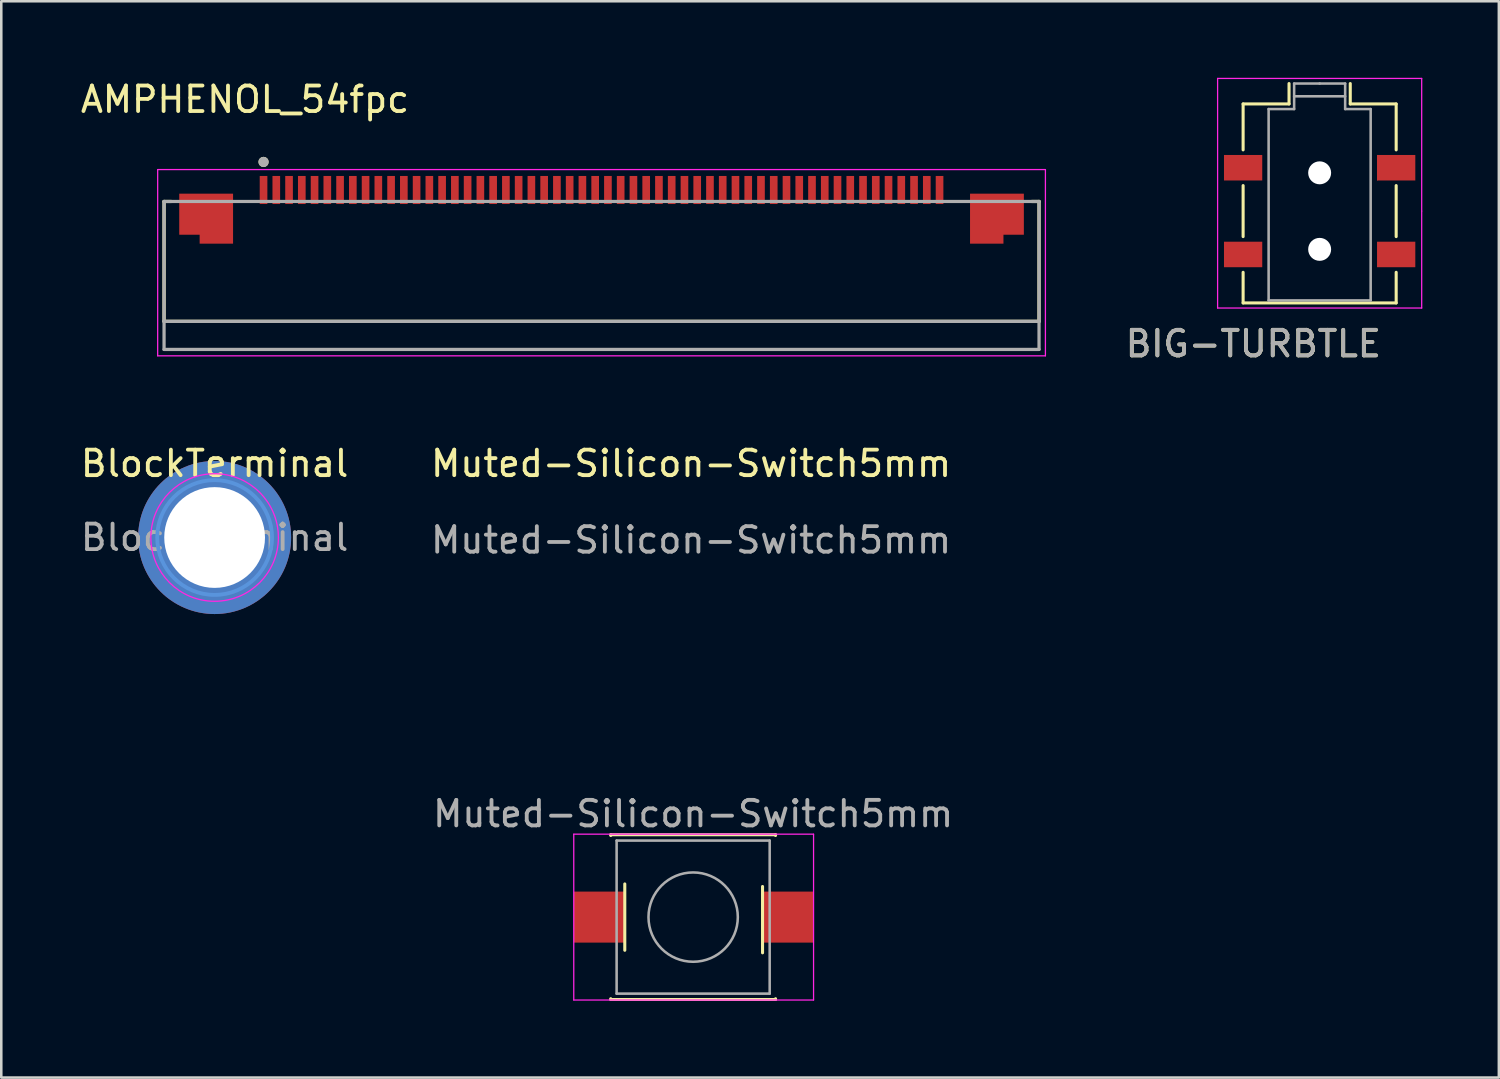
<source format=kicad_pcb>
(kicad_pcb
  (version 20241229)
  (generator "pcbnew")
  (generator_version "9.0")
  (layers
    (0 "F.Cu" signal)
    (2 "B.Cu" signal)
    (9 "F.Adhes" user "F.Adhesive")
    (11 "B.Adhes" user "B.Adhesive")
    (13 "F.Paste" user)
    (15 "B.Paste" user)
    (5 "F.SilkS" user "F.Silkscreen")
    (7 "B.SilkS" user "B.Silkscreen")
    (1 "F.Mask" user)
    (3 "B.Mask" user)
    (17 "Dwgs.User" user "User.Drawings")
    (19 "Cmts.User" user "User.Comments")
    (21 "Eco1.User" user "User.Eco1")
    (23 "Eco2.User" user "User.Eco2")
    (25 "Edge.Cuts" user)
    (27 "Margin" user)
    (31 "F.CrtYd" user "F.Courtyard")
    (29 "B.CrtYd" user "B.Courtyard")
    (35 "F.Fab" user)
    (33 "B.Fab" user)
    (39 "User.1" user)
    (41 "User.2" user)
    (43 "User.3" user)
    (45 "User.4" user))
  (footprint "Muted-Silicon-Switch5mm"
    (layer "F.Cu")
    (at 24.042 32.901)
    (property "Reference" "Muted-Silicon-Switch5mm" (at 0 -17.78 0) (unlocked yes) (layer "F.SilkS") (effects (font (size 1 1) (thickness 0.15))))
    (attr smd)
    (fp_line (start -3.15 -3.23) (end 3.31 -3.23) (stroke (width 0.12) (type solid)) (layer "F.SilkS"))
    (fp_line (start -3.15 -3.2) (end -3.15 -3.23) (stroke (width 0.12) (type solid)) (layer "F.SilkS"))
    (fp_line (start -3.15 3.23) (end -3.15 3.2) (stroke (width 0.12) (type solid)) (layer "F.SilkS"))
    (fp_line (start -3.15 3.23) (end 3.31 3.23) (stroke (width 0.12) (type solid)) (layer "F.SilkS"))
    (fp_line (start -2.6 -1.3) (end -2.6 1.3) (stroke (width 0.12) (type solid)) (layer "F.SilkS"))
    (fp_line (start 2.8 -1.2) (end 2.8 1.4) (stroke (width 0.12) (type solid)) (layer "F.SilkS"))
    (fp_line (start 3.31 -3.23) (end 3.31 -3.2) (stroke (width 0.12) (type solid)) (layer "F.SilkS"))
    (fp_line (start 3.31 3.23) (end 3.31 3.2) (stroke (width 0.12) (type solid)) (layer "F.SilkS"))
    (fp_line (start -4.6 -3.25) (end -4.6 3.25) (stroke (width 0.05) (type solid)) (layer "F.CrtYd"))
    (fp_line (start -4.6 -3.25) (end 4.8 -3.25) (stroke (width 0.05) (type solid)) (layer "F.CrtYd"))
    (fp_line (start -4.6 3.25) (end 4.8 3.25) (stroke (width 0.05) (type solid)) (layer "F.CrtYd"))
    (fp_line (start 4.8 3.25) (end 4.8 -3.25) (stroke (width 0.05) (type solid)) (layer "F.CrtYd"))
    (fp_line (start -2.92 -3) (end -2.92 3) (stroke (width 0.1) (type solid)) (layer "F.Fab"))
    (fp_line (start -2.92 3) (end 3.08 3) (stroke (width 0.1) (type solid)) (layer "F.Fab"))
    (fp_line (start 3.08 -3) (end -2.92 -3) (stroke (width 0.1) (type solid)) (layer "F.Fab"))
    (fp_line (start 3.08 3) (end 3.08 -3) (stroke (width 0.1) (type solid)) (layer "F.Fab"))
    (fp_circle (center 0.08 0) (end 1.83 -0.05) (stroke (width 0.1) (type solid)) (fill no) (layer "F.Fab"))
    (fp_text user "${REFERENCE}" (at 0.08 -4.05 0) (layer "F.Fab") (effects (font (size 1 1) (thickness 0.15))))
    (fp_text user "${REFERENCE}" (at 0 -14.78 0) (unlocked yes) (layer "F.Fab") (effects (font (size 1 1) (thickness 0.15))))
    (pad "1" smd rect (at -3.6 0) (size 2 2) (layers "F.Cu" "F.Mask" "F.Paste"))
    (pad "2" smd rect (at 3.8 0) (size 2 2) (layers "F.Cu" "F.Mask" "F.Paste")))
  (footprint "BIG-TURBTLE"
    (layer "F.Cu")
    (at 49.106 4.375)
    (property "Reference" "BIG-TURBTLE" (at -3.025 6.05 0) (layer "F.SilkS") (effects (font (size 1 1) (thickness 0.15))))
    (attr smd)
    (fp_line (start -3.425 -3.35) (end -3.425 -1.55) (stroke (width 0.12) (type solid)) (layer "F.SilkS"))
    (fp_line (start -3.425 -0.15) (end -3.425 1.85) (stroke (width 0.12) (type solid)) (layer "F.SilkS"))
    (fp_line (start -3.425 3.25) (end -3.425 4.45) (stroke (width 0.12) (type solid)) (layer "F.SilkS"))
    (fp_line (start -3.425 4.45) (end 2.575 4.45) (stroke (width 0.12) (type solid)) (layer "F.SilkS"))
    (fp_line (start -1.625 -4.15) (end -1.625 -3.35) (stroke (width 0.12) (type solid)) (layer "F.SilkS"))
    (fp_line (start -1.625 -3.35) (end -3.425 -3.35) (stroke (width 0.12) (type solid)) (layer "F.SilkS"))
    (fp_line (start 0.775 -3.35) (end 0.775 -4.15) (stroke (width 0.12) (type solid)) (layer "F.SilkS"))
    (fp_line (start 2.575 -3.35) (end 0.775 -3.35) (stroke (width 0.12) (type solid)) (layer "F.SilkS"))
    (fp_line (start 2.575 -1.55) (end 2.575 -3.35) (stroke (width 0.12) (type solid)) (layer "F.SilkS"))
    (fp_line (start 2.575 1.85) (end 2.575 -0.15) (stroke (width 0.12) (type solid)) (layer "F.SilkS"))
    (fp_line (start 2.575 4.45) (end 2.575 3.25) (stroke (width 0.12) (type solid)) (layer "F.SilkS"))
    (fp_line (start -3.425 0.85) (end -0.425 0.85) (stroke (width 0.12) (type solid)) (layer "Eco1.User"))
    (fp_line (start -0.425 0.85) (end -0.425 -0.65) (stroke (width 0.12) (type solid)) (layer "Eco1.User"))
    (fp_line (start -0.425 0.85) (end -0.425 2.35) (stroke (width 0.12) (type solid)) (layer "Eco1.User"))
    (fp_line (start 2.575 0.85) (end -3.425 0.85) (stroke (width 0.12) (type solid)) (layer "Eco1.User"))
    (fp_line (start -4.425 -4.35) (end 3.575 -4.35) (stroke (width 0.05) (type solid)) (layer "F.CrtYd"))
    (fp_line (start -4.425 4.65) (end -4.425 -4.35) (stroke (width 0.05) (type solid)) (layer "F.CrtYd"))
    (fp_line (start 3.575 -4.35) (end 3.575 0.85) (stroke (width 0.05) (type solid)) (layer "F.CrtYd"))
    (fp_line (start 3.575 0.85) (end 3.575 4.65) (stroke (width 0.05) (type solid)) (layer "F.CrtYd"))
    (fp_line (start 3.575 4.65) (end -4.425 4.65) (stroke (width 0.05) (type solid)) (layer "F.CrtYd"))
    (fp_line (start -2.425 -3.15) (end -2.425 4.35) (stroke (width 0.1) (type solid)) (layer "F.Fab"))
    (fp_line (start -2.425 4.35) (end 1.575 4.35) (stroke (width 0.1) (type solid)) (layer "F.Fab"))
    (fp_line (start -1.425 -4.15) (end -1.425 -3.15) (stroke (width 0.1) (type solid)) (layer "F.Fab"))
    (fp_line (start -1.425 -3.15) (end -2.425 -3.15) (stroke (width 0.1) (type solid)) (layer "F.Fab"))
    (fp_line (start -0.425 -4.15) (end -1.425 -4.15) (stroke (width 0.1) (type solid)) (layer "F.Fab"))
    (fp_line (start 0.575 -4.15) (end -0.425 -4.15) (stroke (width 0.1) (type solid)) (layer "F.Fab"))
    (fp_line (start 0.575 -3.65) (end -1.425 -3.65) (stroke (width 0.1) (type solid)) (layer "F.Fab"))
    (fp_line (start 0.575 -3.15) (end 0.575 -4.15) (stroke (width 0.1) (type solid)) (layer "F.Fab"))
    (fp_line (start 1.575 -3.15) (end 0.575 -3.15) (stroke (width 0.1) (type solid)) (layer "F.Fab"))
    (fp_line (start 1.575 4.35) (end 1.575 -3.15) (stroke (width 0.1) (type solid)) (layer "F.Fab"))
    (fp_text user "${REFERENCE}" (at -3.025 6.05 0) (layer "F.Fab") (effects (font (size 1 1) (thickness 0.15))))
    (pad "" np_thru_hole circle (at -0.425 -0.65 180) (size 0.9 0.9) (drill 0.9) (layers "*.Cu" "*.Mask"))
    (pad "" np_thru_hole circle (at -0.425 2.35 180) (size 0.9 0.9) (drill 0.9) (layers "*.Cu" "*.Mask"))
    (pad "1" smd rect (at -3.425 -0.85 180) (size 1.5 1) (layers "F.Cu" "F.Mask" "F.Paste"))
    (pad "1" smd rect (at 1.838 -0.85 180) (size 0.025 1) (layers "F.Cu" "F.Mask" "F.Paste"))
    (pad "1" smd rect (at 2.575 -0.85 180) (size 1.5 1) (layers "F.Cu" "F.Mask" "F.Paste"))
    (pad "2" smd rect (at -3.425 2.55 180) (size 1.5 1) (layers "F.Cu" "F.Mask" "F.Paste"))
    (pad "2" smd rect (at 2.575 2.55 180) (size 1.5 1) (layers "F.Cu" "F.Mask" "F.Paste")))
  (footprint "AMPHENOL_54fpc"
    (layer "F.Cu")
    (at 20.531 7.198)
    (property "Reference" "AMPHENOL_54fpc" (at -13.977 -6.35 0) (layer "F.SilkS") (effects (font (size 1 1) (thickness 0.15))))
    (attr smd)
    (fp_poly (pts (xy -16.65 -0.95) (xy -15.85 -0.95) (xy -15.85 -0.6) (xy -14.35 -0.6) (xy -14.35 -2.75) (xy -16.65 -2.75)) (stroke (width 0.01) (type solid)) (fill yes) (layer "F.Mask"))
    (fp_poly (pts (xy 14.35 -0.6) (xy 15.85 -0.6) (xy 15.85 -0.95) (xy 16.65 -0.95) (xy 16.65 -2.75) (xy 14.35 -2.75)) (stroke (width 0.01) (type solid)) (fill yes) (layer "F.Mask"))
    (fp_line (start -17.15 -2.35) (end -17.15 2.35) (stroke (width 0.127) (type solid)) (layer "F.SilkS"))
    (fp_line (start -17.15 2.35) (end 17.15 2.35) (stroke (width 0.127) (type solid)) (layer "F.SilkS"))
    (fp_line (start -16.87 -2.35) (end -17.15 -2.35) (stroke (width 0.127) (type solid)) (layer "F.SilkS"))
    (fp_line (start 17.15 -2.35) (end 16.87 -2.35) (stroke (width 0.127) (type solid)) (layer "F.SilkS"))
    (fp_line (start 17.15 2.35) (end 17.15 -2.35) (stroke (width 0.127) (type solid)) (layer "F.SilkS"))
    (fp_circle (center -13.25 -3.9) (end -13.15 -3.9) (stroke (width 0.2) (type solid)) (fill no) (layer "F.SilkS"))
    (fp_poly (pts (xy -16.55 -1.05) (xy -15.75 -1.05) (xy -15.75 -0.7) (xy -14.45 -0.7) (xy -14.45 -2.65) (xy -16.55 -2.65)) (stroke (width 0.01) (type solid)) (fill yes) (layer "F.Paste"))
    (fp_poly (pts (xy 15.75 -0.7) (xy 14.45 -0.7) (xy 14.45 -2.65) (xy 16.55 -2.65) (xy 16.55 -1.05) (xy 15.75 -1.05)) (stroke (width 0.01) (type solid)) (fill yes) (layer "F.Paste"))
    (fp_line (start -17.4 -3.6) (end -17.4 3.7) (stroke (width 0.05) (type solid)) (layer "F.CrtYd"))
    (fp_line (start -17.4 3.7) (end 17.4 3.7) (stroke (width 0.05) (type solid)) (layer "F.CrtYd"))
    (fp_line (start 17.4 -3.6) (end -17.4 -3.6) (stroke (width 0.05) (type solid)) (layer "F.CrtYd"))
    (fp_line (start 17.4 3.7) (end 17.4 -3.6) (stroke (width 0.05) (type solid)) (layer "F.CrtYd"))
    (fp_line (start -17.15 -2.35) (end -17.15 2.35) (stroke (width 0.127) (type solid)) (layer "F.Fab"))
    (fp_line (start -17.15 2.35) (end 17.15 2.35) (stroke (width 0.127) (type solid)) (layer "F.Fab"))
    (fp_line (start -17.15 3.45) (end -17.15 2.35) (stroke (width 0.127) (type solid)) (layer "F.Fab"))
    (fp_line (start -17.15 3.45) (end 17.15 3.45) (stroke (width 0.127) (type solid)) (layer "F.Fab"))
    (fp_line (start 17.15 -2.35) (end -17.15 -2.35) (stroke (width 0.127) (type solid)) (layer "F.Fab"))
    (fp_line (start 17.15 2.35) (end 17.15 -2.35) (stroke (width 0.127) (type solid)) (layer "F.Fab"))
    (fp_line (start 17.15 2.35) (end 17.15 3.45) (stroke (width 0.127) (type solid)) (layer "F.Fab"))
    (fp_circle (center -13.25 -3.9) (end -13.15 -3.9) (stroke (width 0.2) (type solid)) (fill no) (layer "F.Fab"))
    (pad "1" smd rect (at -13.25 -2.8) (size 0.3 1.1) (layers "F.Cu" "F.Mask" "F.Paste"))
    (pad "2" smd rect (at -12.75 -2.8) (size 0.3 1.1) (layers "F.Cu" "F.Mask" "F.Paste"))
    (pad "3" smd rect (at -12.25 -2.8) (size 0.3 1.1) (layers "F.Cu" "F.Mask" "F.Paste"))
    (pad "4" smd rect (at -11.75 -2.8) (size 0.3 1.1) (layers "F.Cu" "F.Mask" "F.Paste"))
    (pad "5" smd rect (at -11.25 -2.8) (size 0.3 1.1) (layers "F.Cu" "F.Mask" "F.Paste"))
    (pad "6" smd rect (at -10.75 -2.8) (size 0.3 1.1) (layers "F.Cu" "F.Mask" "F.Paste"))
    (pad "7" smd rect (at -10.25 -2.8) (size 0.3 1.1) (layers "F.Cu" "F.Mask" "F.Paste"))
    (pad "8" smd rect (at -9.75 -2.8) (size 0.3 1.1) (layers "F.Cu" "F.Mask" "F.Paste"))
    (pad "9" smd rect (at -9.25 -2.8) (size 0.3 1.1) (layers "F.Cu" "F.Mask" "F.Paste"))
    (pad "10" smd rect (at -8.75 -2.8) (size 0.3 1.1) (layers "F.Cu" "F.Mask" "F.Paste"))
    (pad "11" smd rect (at -8.25 -2.8) (size 0.3 1.1) (layers "F.Cu" "F.Mask" "F.Paste"))
    (pad "12" smd rect (at -7.75 -2.8) (size 0.3 1.1) (layers "F.Cu" "F.Mask" "F.Paste"))
    (pad "13" smd rect (at -7.25 -2.8) (size 0.3 1.1) (layers "F.Cu" "F.Mask" "F.Paste"))
    (pad "14" smd rect (at -6.75 -2.8) (size 0.3 1.1) (layers "F.Cu" "F.Mask" "F.Paste"))
    (pad "15" smd rect (at -6.25 -2.8) (size 0.3 1.1) (layers "F.Cu" "F.Mask" "F.Paste"))
    (pad "16" smd rect (at -5.75 -2.8) (size 0.3 1.1) (layers "F.Cu" "F.Mask" "F.Paste"))
    (pad "17" smd rect (at -5.25 -2.8) (size 0.3 1.1) (layers "F.Cu" "F.Mask" "F.Paste"))
    (pad "18" smd rect (at -4.75 -2.8) (size 0.3 1.1) (layers "F.Cu" "F.Mask" "F.Paste"))
    (pad "19" smd rect (at -4.25 -2.8) (size 0.3 1.1) (layers "F.Cu" "F.Mask" "F.Paste"))
    (pad "20" smd rect (at -3.75 -2.8) (size 0.3 1.1) (layers "F.Cu" "F.Mask" "F.Paste"))
    (pad "21" smd rect (at -3.25 -2.8) (size 0.3 1.1) (layers "F.Cu" "F.Mask" "F.Paste"))
    (pad "22" smd rect (at -2.75 -2.8) (size 0.3 1.1) (layers "F.Cu" "F.Mask" "F.Paste"))
    (pad "23" smd rect (at -2.25 -2.8) (size 0.3 1.1) (layers "F.Cu" "F.Mask" "F.Paste"))
    (pad "24" smd rect (at -1.75 -2.8) (size 0.3 1.1) (layers "F.Cu" "F.Mask" "F.Paste"))
    (pad "25" smd rect (at -1.25 -2.8) (size 0.3 1.1) (layers "F.Cu" "F.Mask" "F.Paste"))
    (pad "26" smd rect (at -0.75 -2.8) (size 0.3 1.1) (layers "F.Cu" "F.Mask" "F.Paste"))
    (pad "27" smd rect (at -0.25 -2.8) (size 0.3 1.1) (layers "F.Cu" "F.Mask" "F.Paste"))
    (pad "28" smd rect (at 0.25 -2.8) (size 0.3 1.1) (layers "F.Cu" "F.Mask" "F.Paste"))
    (pad "29" smd rect (at 0.75 -2.8) (size 0.3 1.1) (layers "F.Cu" "F.Mask" "F.Paste"))
    (pad "30" smd rect (at 1.25 -2.8) (size 0.3 1.1) (layers "F.Cu" "F.Mask" "F.Paste"))
    (pad "31" smd rect (at 1.75 -2.8) (size 0.3 1.1) (layers "F.Cu" "F.Mask" "F.Paste"))
    (pad "32" smd rect (at 2.25 -2.8) (size 0.3 1.1) (layers "F.Cu" "F.Mask" "F.Paste"))
    (pad "33" smd rect (at 2.75 -2.8) (size 0.3 1.1) (layers "F.Cu" "F.Mask" "F.Paste"))
    (pad "34" smd rect (at 3.25 -2.8) (size 0.3 1.1) (layers "F.Cu" "F.Mask" "F.Paste"))
    (pad "35" smd rect (at 3.75 -2.8) (size 0.3 1.1) (layers "F.Cu" "F.Mask" "F.Paste"))
    (pad "36" smd rect (at 4.25 -2.8) (size 0.3 1.1) (layers "F.Cu" "F.Mask" "F.Paste"))
    (pad "37" smd rect (at 4.75 -2.8) (size 0.3 1.1) (layers "F.Cu" "F.Mask" "F.Paste"))
    (pad "38" smd rect (at 5.25 -2.8) (size 0.3 1.1) (layers "F.Cu" "F.Mask" "F.Paste"))
    (pad "39" smd rect (at 5.75 -2.8) (size 0.3 1.1) (layers "F.Cu" "F.Mask" "F.Paste"))
    (pad "40" smd rect (at 6.25 -2.8) (size 0.3 1.1) (layers "F.Cu" "F.Mask" "F.Paste"))
    (pad "41" smd rect (at 6.75 -2.8) (size 0.3 1.1) (layers "F.Cu" "F.Mask" "F.Paste"))
    (pad "42" smd rect (at 7.25 -2.8) (size 0.3 1.1) (layers "F.Cu" "F.Mask" "F.Paste"))
    (pad "43" smd rect (at 7.75 -2.8) (size 0.3 1.1) (layers "F.Cu" "F.Mask" "F.Paste"))
    (pad "44" smd rect (at 8.25 -2.8) (size 0.3 1.1) (layers "F.Cu" "F.Mask" "F.Paste"))
    (pad "45" smd rect (at 8.75 -2.8) (size 0.3 1.1) (layers "F.Cu" "F.Mask" "F.Paste"))
    (pad "46" smd rect (at 9.25 -2.8) (size 0.3 1.1) (layers "F.Cu" "F.Mask" "F.Paste"))
    (pad "47" smd rect (at 9.75 -2.8) (size 0.3 1.1) (layers "F.Cu" "F.Mask" "F.Paste"))
    (pad "48" smd rect (at 10.25 -2.8) (size 0.3 1.1) (layers "F.Cu" "F.Mask" "F.Paste"))
    (pad "49" smd rect (at 10.75 -2.8) (size 0.3 1.1) (layers "F.Cu" "F.Mask" "F.Paste"))
    (pad "50" smd rect (at 11.25 -2.8) (size 0.3 1.1) (layers "F.Cu" "F.Mask" "F.Paste"))
    (pad "51" smd rect (at 11.75 -2.8) (size 0.3 1.1) (layers "F.Cu" "F.Mask" "F.Paste"))
    (pad "52" smd rect (at 12.25 -2.8) (size 0.3 1.1) (layers "F.Cu" "F.Mask" "F.Paste"))
    (pad "53" smd rect (at 12.75 -2.8) (size 0.3 1.1) (layers "F.Cu" "F.Mask" "F.Paste"))
    (pad "54" smd rect (at 13.25 -2.8) (size 0.3 1.1) (layers "F.Cu" "F.Mask" "F.Paste"))
    (pad "SH1" smd custom (at -15.5 -1.8) (size 1 1) (layers "F.Cu") (options (anchor rect)) (primitives (gr_poly (pts (xy -1.05 -0.85) (xy 1.05 -0.85) (xy 1.05 1.1) (xy -0.25 1.1) (xy -0.25 0.75) (xy -1.05 0.75)) (width 0.01) (fill yes))))
    (pad "SH2" smd custom (at 15.5 -1.8) (size 1 1) (layers "F.Cu") (options (anchor rect)) (primitives (gr_poly (pts (xy -1.05 -0.85) (xy -1.05 1.1) (xy 0.25 1.1) (xy 0.25 0.75) (xy 1.05 0.75) (xy 1.05 -0.85)) (width 0.01) (fill yes)))))
  (footprint "BlockTerminal"
    (layer "F.Cu")
    (at 5.363 18.021)
    (property "Reference" "BlockTerminal" (at 0 -2.9 0) (layer "F.SilkS") (effects (font (size 1 1) (thickness 0.15))))
    (attr exclude_from_pos_files exclude_from_bom)
    (fp_circle (center 0 0) (end 2.25 0) (stroke (width 0.15) (type solid)) (fill no) (layer "Cmts.User"))
    (fp_circle (center 0 0) (end 2.5 0) (stroke (width 0.05) (type solid)) (fill no) (layer "F.CrtYd"))
    (fp_text user "${REFERENCE}" (at 0 0 0) (layer "F.Fab") (effects (font (size 1 1) (thickness 0.15))))
    (pad "1" thru_hole circle (at 0 0) (size 6 6) (drill 3.95) (layers "*.Cu" "*.Mask")))
  (gr_rect
    (start -3 -3)
    (end 55.706 39.191)
    (stroke (width 0.1) (type default))
    (fill no)
    (layer "Edge.Cuts")))
</source>
